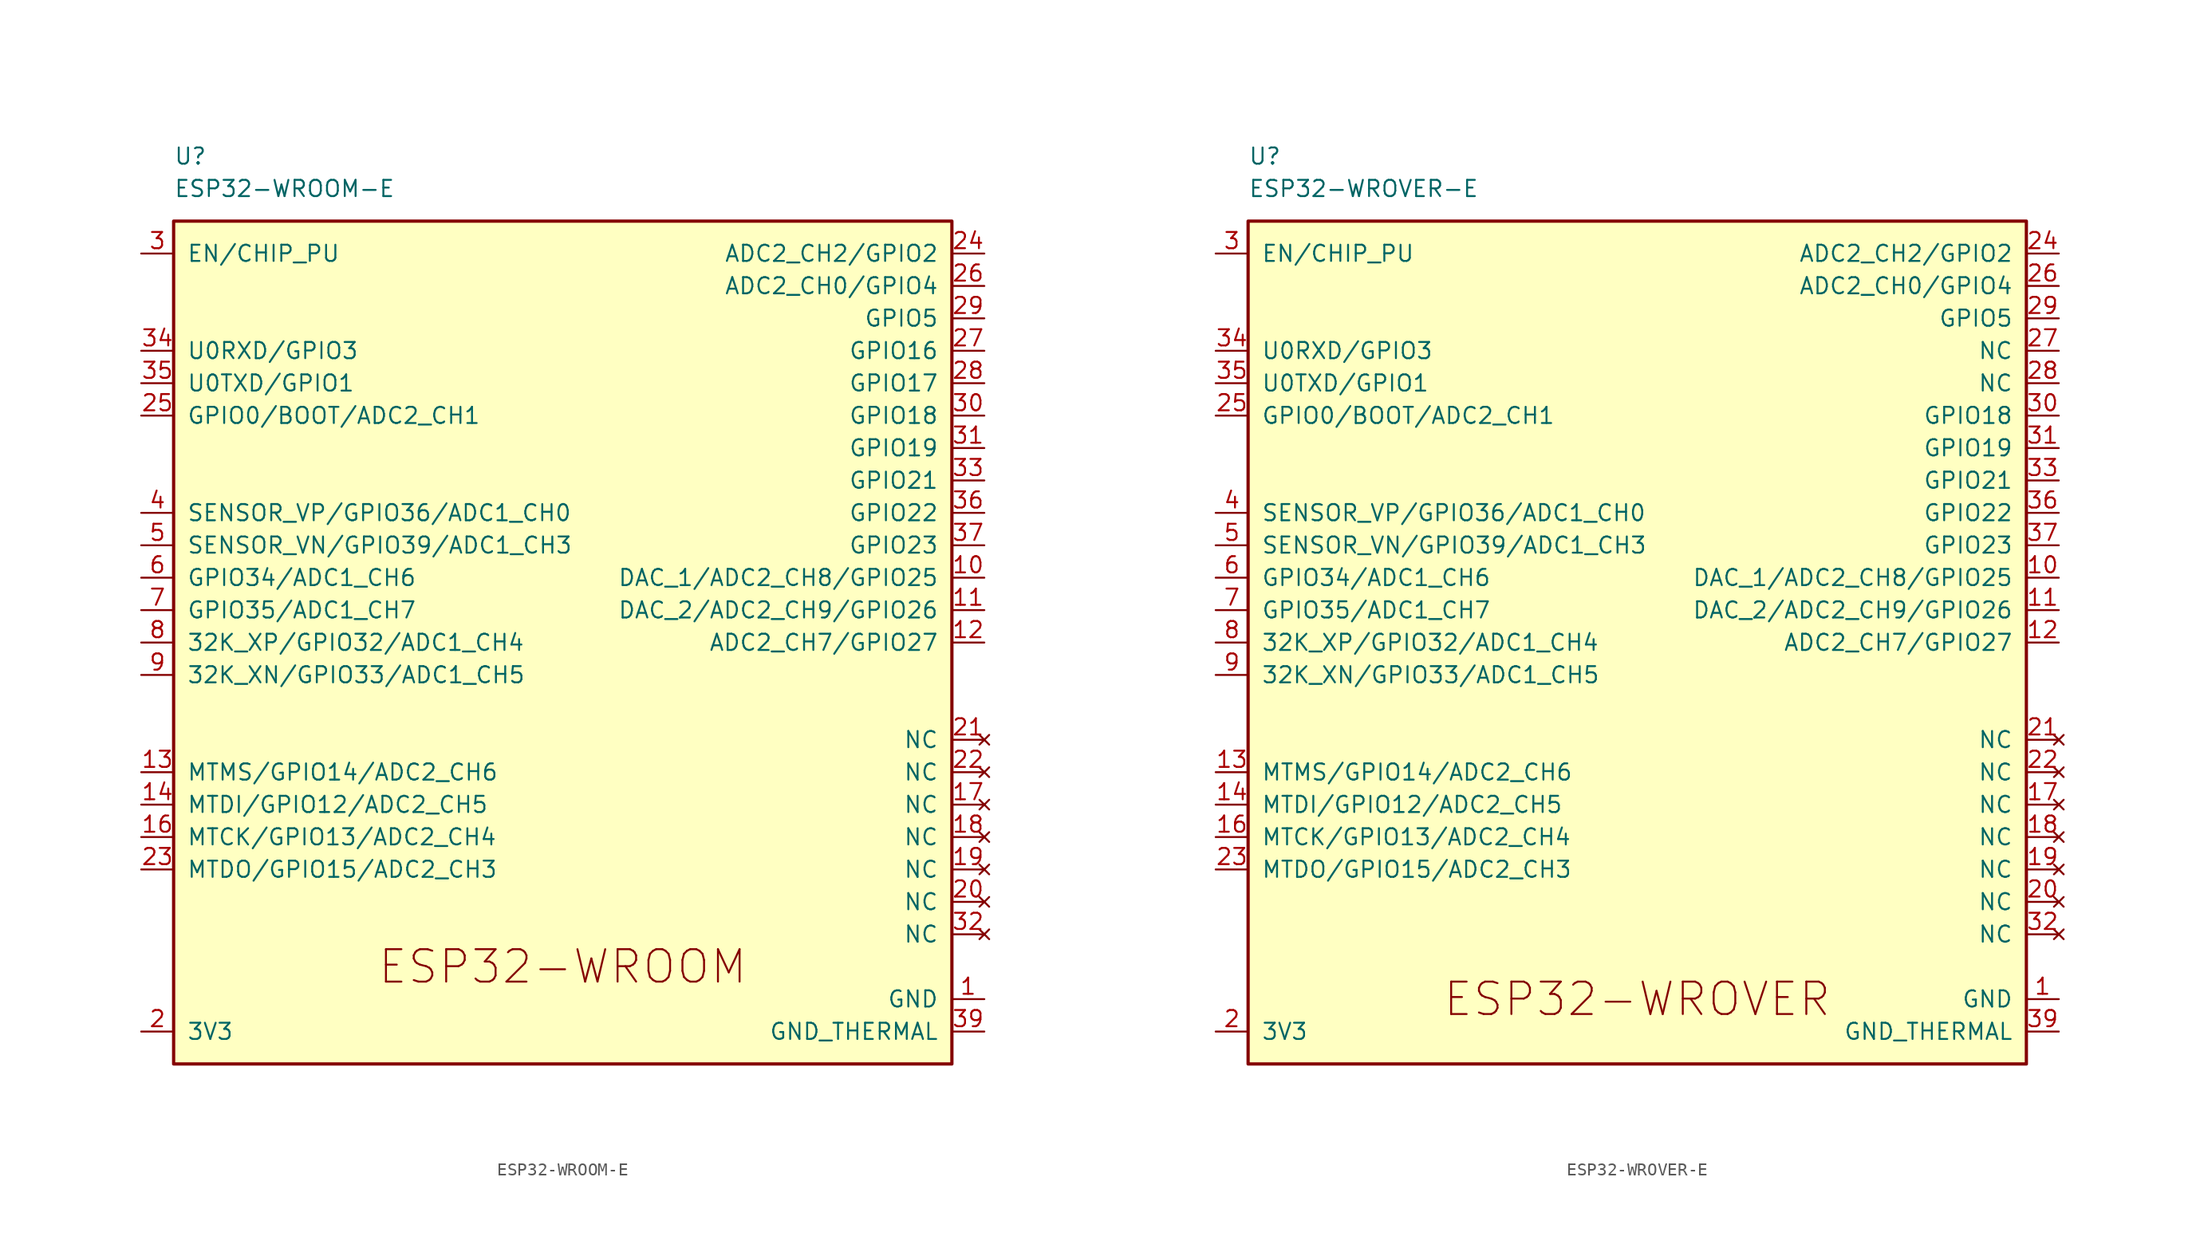
<source format=kicad_sym>
(kicad_symbol_lib
  (version 20211014)
  (generator kicad_symbol_editor)
  (symbol "ESP32-WROOM-E"
    (pin_names
      (offset 1.016))
    (property "Reference" "U"
      (at -30.48 38.1 0)
      (effects (font (size 1.27 1.27)) (justify left)))
    (property "Value" "ESP32-WROOM-E"
      (at -30.48 35.56 0)
      (effects (font (size 1.27 1.27)) (justify left)))
    (symbol "ESP32-WROOM-E_0_1"
      (rectangle (start -30.48 33.02) (end 30.48 -33.02) (stroke (width 0.254) (type default) (color 0 0 0 0)) (fill (type background))))
    (symbol "ESP32-WROOM-E_1_1"
      (text "ESP32-­WROOM­" (at 0 -25.4 0) (effects (font (size 2.54 2.54))))
      (pin power_in line (at 33.02 -27.94 180) (length 2.54) (name "GND" (effects (font (size 1.27 1.27)))) (number "1" (effects (font (size 1.27 1.27)))))
      (pin bidirectional line (at 33.02 5.08 180) (length 2.54) (name "DAC_1/ADC2_CH8/GPIO25" (effects (font (size 1.27 1.27)))) (number "10" (effects (font (size 1.27 1.27)))))
      (pin bidirectional line (at 33.02 2.54 180) (length 2.54) (name "DAC_2/ADC2_CH9/GPIO26" (effects (font (size 1.27 1.27)))) (number "11" (effects (font (size 1.27 1.27)))))
      (pin bidirectional line (at 33.02 0 180) (length 2.54) (name "ADC2_CH7/GPIO27" (effects (font (size 1.27 1.27)))) (number "12" (effects (font (size 1.27 1.27)))))
      (pin bidirectional line (at -33.02 -10.16 0) (length 2.54) (name "MTMS/GPIO14/ADC2_CH6" (effects (font (size 1.27 1.27)))) (number "13" (effects (font (size 1.27 1.27)))))
      (pin bidirectional line (at -33.02 -12.7 0) (length 2.54) (name "MTDI/GPIO12/ADC2_CH5" (effects (font (size 1.27 1.27)))) (number "14" (effects (font (size 1.27 1.27)))))
      (pin passive line (at 33.02 -27.94 180) (length 2.54) hide (name "GND" (effects (font (size 1.27 1.27)))) (number "15" (effects (font (size 1.27 1.27)))))
      (pin bidirectional line (at -33.02 -15.24 0) (length 2.54) (name "MTCK/GPIO13/ADC2_CH4" (effects (font (size 1.27 1.27)))) (number "16" (effects (font (size 1.27 1.27)))))
      (pin no_connect line (at 33.02 -12.7 180) (length 2.54) (name "NC" (effects (font (size 1.27 1.27)))) (number "17" (effects (font (size 1.27 1.27)))))
      (pin no_connect line (at 33.02 -15.24 180) (length 2.54) (name "NC" (effects (font (size 1.27 1.27)))) (number "18" (effects (font (size 1.27 1.27)))))
      (pin no_connect line (at 33.02 -17.78 180) (length 2.54) (name "NC" (effects (font (size 1.27 1.27)))) (number "19" (effects (font (size 1.27 1.27)))))
      (pin power_in line (at -33.02 -30.48 0) (length 2.54) (name "3V3" (effects (font (size 1.27 1.27)))) (number "2" (effects (font (size 1.27 1.27)))))
      (pin no_connect line (at 33.02 -20.32 180) (length 2.54) (name "NC" (effects (font (size 1.27 1.27)))) (number "20" (effects (font (size 1.27 1.27)))))
      (pin no_connect line (at 33.02 -7.62 180) (length 2.54) (name "NC" (effects (font (size 1.27 1.27)))) (number "21" (effects (font (size 1.27 1.27)))))
      (pin no_connect line (at 33.02 -10.16 180) (length 2.54) (name "NC" (effects (font (size 1.27 1.27)))) (number "22" (effects (font (size 1.27 1.27)))))
      (pin bidirectional line (at -33.02 -17.78 0) (length 2.54) (name "MTDO/GPIO15/ADC2_CH3" (effects (font (size 1.27 1.27)))) (number "23" (effects (font (size 1.27 1.27)))))
      (pin bidirectional line (at 33.02 30.48 180) (length 2.54) (name "ADC2_CH2/GPIO2" (effects (font (size 1.27 1.27)))) (number "24" (effects (font (size 1.27 1.27)))))
      (pin bidirectional line (at -33.02 17.78 0) (length 2.54) (name "GPIO0/BOOT/ADC2_CH1" (effects (font (size 1.27 1.27)))) (number "25" (effects (font (size 1.27 1.27)))))
      (pin bidirectional line (at 33.02 27.94 180) (length 2.54) (name "ADC2_CH0/GPIO4" (effects (font (size 1.27 1.27)))) (number "26" (effects (font (size 1.27 1.27)))))
      (pin bidirectional line (at 33.02 22.86 180) (length 2.54) (name "GPIO16" (effects (font (size 1.27 1.27)))) (number "27" (effects (font (size 1.27 1.27)))))
      (pin bidirectional line (at 33.02 20.32 180) (length 2.54) (name "GPIO17" (effects (font (size 1.27 1.27)))) (number "28" (effects (font (size 1.27 1.27)))))
      (pin bidirectional line (at 33.02 25.4 180) (length 2.54) (name "GPIO5" (effects (font (size 1.27 1.27)))) (number "29" (effects (font (size 1.27 1.27)))))
      (pin input line (at -33.02 30.48 0) (length 2.54) (name "EN/CHIP_PU" (effects (font (size 1.27 1.27)))) (number "3" (effects (font (size 1.27 1.27)))))
      (pin bidirectional line (at 33.02 17.78 180) (length 2.54) (name "GPIO18" (effects (font (size 1.27 1.27)))) (number "30" (effects (font (size 1.27 1.27)))))
      (pin bidirectional line (at 33.02 15.24 180) (length 2.54) (name "GPIO19" (effects (font (size 1.27 1.27)))) (number "31" (effects (font (size 1.27 1.27)))))
      (pin no_connect line (at 33.02 -22.86 180) (length 2.54) (name "NC" (effects (font (size 1.27 1.27)))) (number "32" (effects (font (size 1.27 1.27)))))
      (pin bidirectional line (at 33.02 12.7 180) (length 2.54) (name "GPIO21" (effects (font (size 1.27 1.27)))) (number "33" (effects (font (size 1.27 1.27)))))
      (pin bidirectional line (at -33.02 22.86 0) (length 2.54) (name "U0RXD/GPIO3" (effects (font (size 1.27 1.27)))) (number "34" (effects (font (size 1.27 1.27)))))
      (pin bidirectional line (at -33.02 20.32 0) (length 2.54) (name "U0TXD/GPIO1" (effects (font (size 1.27 1.27)))) (number "35" (effects (font (size 1.27 1.27)))))
      (pin bidirectional line (at 33.02 10.16 180) (length 2.54) (name "GPIO22" (effects (font (size 1.27 1.27)))) (number "36" (effects (font (size 1.27 1.27)))))
      (pin bidirectional line (at 33.02 7.62 180) (length 2.54) (name "GPIO23" (effects (font (size 1.27 1.27)))) (number "37" (effects (font (size 1.27 1.27)))))
      (pin passive line (at 33.02 -27.94 180) (length 2.54) hide (name "GND" (effects (font (size 1.27 1.27)))) (number "38" (effects (font (size 1.27 1.27)))))
      (pin power_in line (at 33.02 -30.48 180) (length 2.54) (name "GND_THERMAL" (effects (font (size 1.27 1.27)))) (number "39" (effects (font (size 1.27 1.27)))))
      (pin input line (at -33.02 10.16 0) (length 2.54) (name "SENSOR_VP/GPIO36/ADC1_CH0" (effects (font (size 1.27 1.27)))) (number "4" (effects (font (size 1.27 1.27)))))
      (pin input line (at -33.02 7.62 0) (length 2.54) (name "SENSOR_VN/GPIO39/ADC1_CH3" (effects (font (size 1.27 1.27)))) (number "5" (effects (font (size 1.27 1.27)))))
      (pin input line (at -33.02 5.08 0) (length 2.54) (name "GPIO34/ADC1_CH6" (effects (font (size 1.27 1.27)))) (number "6" (effects (font (size 1.27 1.27)))))
      (pin input line (at -33.02 2.54 0) (length 2.54) (name "GPIO35/ADC1_CH7" (effects (font (size 1.27 1.27)))) (number "7" (effects (font (size 1.27 1.27)))))
      (pin bidirectional line (at -33.02 0 0) (length 2.54) (name "32K_XP/GPIO32/ADC1_CH4" (effects (font (size 1.27 1.27)))) (number "8" (effects (font (size 1.27 1.27)))))
      (pin bidirectional line (at -33.02 -2.54 0) (length 2.54) (name "32K_XN/GPIO33/ADC1_CH5" (effects (font (size 1.27 1.27)))) (number "9" (effects (font (size 1.27 1.27)))))))
  (symbol "ESP32-WROVER-E"
    (pin_names
      (offset 1.016))
    (property "Reference" "U"
      (at -30.48 38.1 0)
      (effects (font (size 1.27 1.27)) (justify left)))
    (property "Value" "ESP32-WROVER-E"
      (at -30.48 35.56 0)
      (effects (font (size 1.27 1.27)) (justify left)))
    (symbol "ESP32-WROVER-E_0_1"
      (rectangle (start -30.48 33.02) (end 30.48 -33.02) (stroke (width 0.254) (type default) (color 0 0 0 0)) (fill (type background))))
    (symbol "ESP32-WROVER-E_1_1"
      (text "ESP32-­WROVER" (at 0 -27.94 0) (effects (font (size 2.54 2.54))))
      (pin power_in line (at 33.02 -27.94 180) (length 2.54) (name "GND" (effects (font (size 1.27 1.27)))) (number "1" (effects (font (size 1.27 1.27)))))
      (pin bidirectional line (at 33.02 5.08 180) (length 2.54) (name "DAC_1/ADC2_CH8/GPIO25" (effects (font (size 1.27 1.27)))) (number "10" (effects (font (size 1.27 1.27)))))
      (pin bidirectional line (at 33.02 2.54 180) (length 2.54) (name "DAC_2/ADC2_CH9/GPIO26" (effects (font (size 1.27 1.27)))) (number "11" (effects (font (size 1.27 1.27)))))
      (pin bidirectional line (at 33.02 0 180) (length 2.54) (name "ADC2_CH7/GPIO27" (effects (font (size 1.27 1.27)))) (number "12" (effects (font (size 1.27 1.27)))))
      (pin bidirectional line (at -33.02 -10.16 0) (length 2.54) (name "MTMS/GPIO14/ADC2_CH6" (effects (font (size 1.27 1.27)))) (number "13" (effects (font (size 1.27 1.27)))))
      (pin bidirectional line (at -33.02 -12.7 0) (length 2.54) (name "MTDI/GPIO12/ADC2_CH5" (effects (font (size 1.27 1.27)))) (number "14" (effects (font (size 1.27 1.27)))))
      (pin passive line (at 33.02 -27.94 180) (length 2.54) hide (name "GND" (effects (font (size 1.27 1.27)))) (number "15" (effects (font (size 1.27 1.27)))))
      (pin bidirectional line (at -33.02 -15.24 0) (length 2.54) (name "MTCK/GPIO13/ADC2_CH4" (effects (font (size 1.27 1.27)))) (number "16" (effects (font (size 1.27 1.27)))))
      (pin no_connect line (at 33.02 -12.7 180) (length 2.54) (name "NC" (effects (font (size 1.27 1.27)))) (number "17" (effects (font (size 1.27 1.27)))))
      (pin no_connect line (at 33.02 -15.24 180) (length 2.54) (name "NC" (effects (font (size 1.27 1.27)))) (number "18" (effects (font (size 1.27 1.27)))))
      (pin no_connect line (at 33.02 -17.78 180) (length 2.54) (name "NC" (effects (font (size 1.27 1.27)))) (number "19" (effects (font (size 1.27 1.27)))))
      (pin power_in line (at -33.02 -30.48 0) (length 2.54) (name "3V3" (effects (font (size 1.27 1.27)))) (number "2" (effects (font (size 1.27 1.27)))))
      (pin no_connect line (at 33.02 -20.32 180) (length 2.54) (name "NC" (effects (font (size 1.27 1.27)))) (number "20" (effects (font (size 1.27 1.27)))))
      (pin no_connect line (at 33.02 -7.62 180) (length 2.54) (name "NC" (effects (font (size 1.27 1.27)))) (number "21" (effects (font (size 1.27 1.27)))))
      (pin no_connect line (at 33.02 -10.16 180) (length 2.54) (name "NC" (effects (font (size 1.27 1.27)))) (number "22" (effects (font (size 1.27 1.27)))))
      (pin bidirectional line (at -33.02 -17.78 0) (length 2.54) (name "MTDO/GPIO15/ADC2_CH3" (effects (font (size 1.27 1.27)))) (number "23" (effects (font (size 1.27 1.27)))))
      (pin bidirectional line (at 33.02 30.48 180) (length 2.54) (name "ADC2_CH2/GPIO2" (effects (font (size 1.27 1.27)))) (number "24" (effects (font (size 1.27 1.27)))))
      (pin bidirectional line (at -33.02 17.78 0) (length 2.54) (name "GPIO0/BOOT/ADC2_CH1" (effects (font (size 1.27 1.27)))) (number "25" (effects (font (size 1.27 1.27)))))
      (pin bidirectional line (at 33.02 27.94 180) (length 2.54) (name "ADC2_CH0/GPIO4" (effects (font (size 1.27 1.27)))) (number "26" (effects (font (size 1.27 1.27)))))
      (pin bidirectional line (at 33.02 22.86 180) (length 2.54) (name "NC" (effects (font (size 1.27 1.27)))) (number "27" (effects (font (size 1.27 1.27)))))
      (pin bidirectional line (at 33.02 20.32 180) (length 2.54) (name "NC" (effects (font (size 1.27 1.27)))) (number "28" (effects (font (size 1.27 1.27)))))
      (pin bidirectional line (at 33.02 25.4 180) (length 2.54) (name "GPIO5" (effects (font (size 1.27 1.27)))) (number "29" (effects (font (size 1.27 1.27)))))
      (pin input line (at -33.02 30.48 0) (length 2.54) (name "EN/CHIP_PU" (effects (font (size 1.27 1.27)))) (number "3" (effects (font (size 1.27 1.27)))))
      (pin bidirectional line (at 33.02 17.78 180) (length 2.54) (name "GPIO18" (effects (font (size 1.27 1.27)))) (number "30" (effects (font (size 1.27 1.27)))))
      (pin bidirectional line (at 33.02 15.24 180) (length 2.54) (name "GPIO19" (effects (font (size 1.27 1.27)))) (number "31" (effects (font (size 1.27 1.27)))))
      (pin no_connect line (at 33.02 -22.86 180) (length 2.54) (name "NC" (effects (font (size 1.27 1.27)))) (number "32" (effects (font (size 1.27 1.27)))))
      (pin bidirectional line (at 33.02 12.7 180) (length 2.54) (name "GPIO21" (effects (font (size 1.27 1.27)))) (number "33" (effects (font (size 1.27 1.27)))))
      (pin bidirectional line (at -33.02 22.86 0) (length 2.54) (name "U0RXD/GPIO3" (effects (font (size 1.27 1.27)))) (number "34" (effects (font (size 1.27 1.27)))))
      (pin bidirectional line (at -33.02 20.32 0) (length 2.54) (name "U0TXD/GPIO1" (effects (font (size 1.27 1.27)))) (number "35" (effects (font (size 1.27 1.27)))))
      (pin bidirectional line (at 33.02 10.16 180) (length 2.54) (name "GPIO22" (effects (font (size 1.27 1.27)))) (number "36" (effects (font (size 1.27 1.27)))))
      (pin bidirectional line (at 33.02 7.62 180) (length 2.54) (name "GPIO23" (effects (font (size 1.27 1.27)))) (number "37" (effects (font (size 1.27 1.27)))))
      (pin passive line (at 33.02 -27.94 180) (length 2.54) hide (name "GND" (effects (font (size 1.27 1.27)))) (number "38" (effects (font (size 1.27 1.27)))))
      (pin power_in line (at 33.02 -30.48 180) (length 2.54) (name "GND_THERMAL" (effects (font (size 1.27 1.27)))) (number "39" (effects (font (size 1.27 1.27)))))
      (pin input line (at -33.02 10.16 0) (length 2.54) (name "SENSOR_VP/GPIO36/ADC1_CH0" (effects (font (size 1.27 1.27)))) (number "4" (effects (font (size 1.27 1.27)))))
      (pin input line (at -33.02 7.62 0) (length 2.54) (name "SENSOR_VN/GPIO39/ADC1_CH3" (effects (font (size 1.27 1.27)))) (number "5" (effects (font (size 1.27 1.27)))))
      (pin input line (at -33.02 5.08 0) (length 2.54) (name "GPIO34/ADC1_CH6" (effects (font (size 1.27 1.27)))) (number "6" (effects (font (size 1.27 1.27)))))
      (pin input line (at -33.02 2.54 0) (length 2.54) (name "GPIO35/ADC1_CH7" (effects (font (size 1.27 1.27)))) (number "7" (effects (font (size 1.27 1.27)))))
      (pin bidirectional line (at -33.02 0 0) (length 2.54) (name "32K_XP/GPIO32/ADC1_CH4" (effects (font (size 1.27 1.27)))) (number "8" (effects (font (size 1.27 1.27)))))
      (pin bidirectional line (at -33.02 -2.54 0) (length 2.54) (name "32K_XN/GPIO33/ADC1_CH5" (effects (font (size 1.27 1.27)))) (number "9" (effects (font (size 1.27 1.27))))))))
</source>
